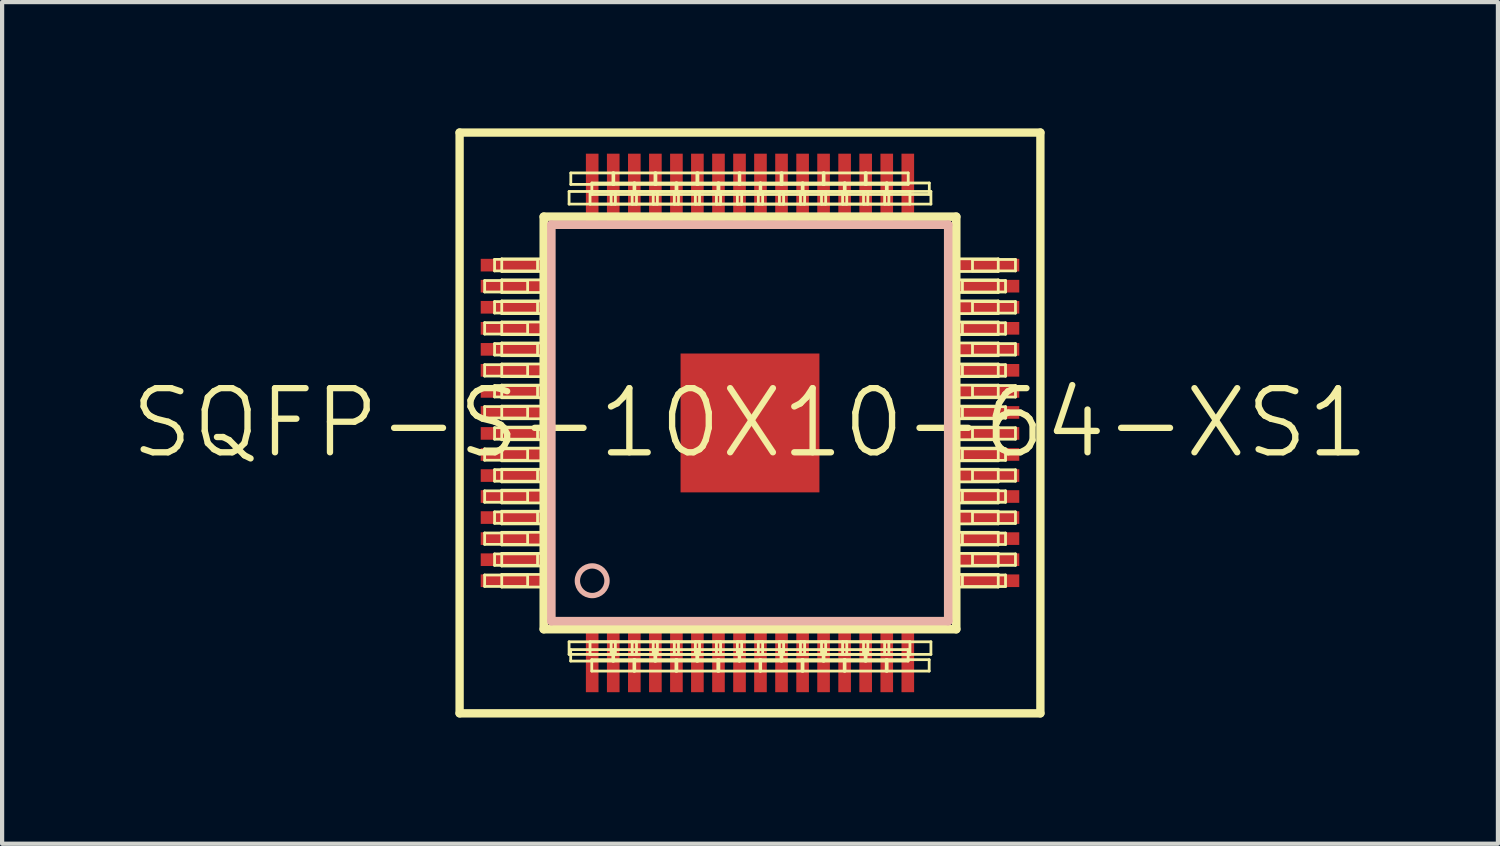
<source format=kicad_pcb>
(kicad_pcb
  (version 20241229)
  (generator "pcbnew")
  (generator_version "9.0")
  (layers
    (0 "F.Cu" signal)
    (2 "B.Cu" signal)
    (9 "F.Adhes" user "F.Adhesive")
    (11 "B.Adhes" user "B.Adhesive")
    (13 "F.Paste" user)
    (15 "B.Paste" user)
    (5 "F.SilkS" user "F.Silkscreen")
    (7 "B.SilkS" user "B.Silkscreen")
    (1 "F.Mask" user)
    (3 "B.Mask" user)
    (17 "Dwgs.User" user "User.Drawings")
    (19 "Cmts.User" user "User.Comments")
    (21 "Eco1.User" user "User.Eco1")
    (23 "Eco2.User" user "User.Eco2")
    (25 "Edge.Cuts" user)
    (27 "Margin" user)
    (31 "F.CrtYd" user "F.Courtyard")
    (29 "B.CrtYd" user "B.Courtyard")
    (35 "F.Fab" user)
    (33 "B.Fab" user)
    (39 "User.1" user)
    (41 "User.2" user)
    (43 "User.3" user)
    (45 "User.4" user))
  (footprint "SQFP-S-10X10-64-XS1"
    (layer "F.Cu")
    (at 14.768 6.998)
    (property "Reference" "SQFP-S-10X10-64-XS1" (at 0 0 0) (layer "F.SilkS") (effects (font (size 1.524 1.524) (thickness 0.15))))
    (attr smd)
    (fp_line (start -6.899 -6.899) (end 6.899 -6.899) (stroke (width 0.198) (type solid)) (layer "F.SilkS"))
    (fp_line (start -6.899 6.899) (end -6.899 -6.899) (stroke (width 0.198) (type solid)) (layer "F.SilkS"))
    (fp_line (start -6.304 -3.383) (end -5.283 -3.383) (stroke (width 0.066) (type solid)) (layer "F.SilkS"))
    (fp_line (start -6.304 -3.111) (end -6.304 -3.383) (stroke (width 0.066) (type solid)) (layer "F.SilkS"))
    (fp_line (start -6.304 -3.111) (end -5.283 -3.111) (stroke (width 0.066) (type solid)) (layer "F.SilkS"))
    (fp_line (start -6.304 -2.383) (end -5.283 -2.383) (stroke (width 0.066) (type solid)) (layer "F.SilkS"))
    (fp_line (start -6.304 -2.111) (end -6.304 -2.383) (stroke (width 0.066) (type solid)) (layer "F.SilkS"))
    (fp_line (start -6.304 -2.111) (end -5.283 -2.111) (stroke (width 0.066) (type solid)) (layer "F.SilkS"))
    (fp_line (start -6.304 -1.384) (end -5.283 -1.384) (stroke (width 0.066) (type solid)) (layer "F.SilkS"))
    (fp_line (start -6.304 -1.113) (end -6.304 -1.384) (stroke (width 0.066) (type solid)) (layer "F.SilkS"))
    (fp_line (start -6.304 -1.113) (end -5.283 -1.113) (stroke (width 0.066) (type solid)) (layer "F.SilkS"))
    (fp_line (start -6.304 -0.389) (end -5.283 -0.389) (stroke (width 0.066) (type solid)) (layer "F.SilkS"))
    (fp_line (start -6.304 -0.117) (end -6.304 -0.389) (stroke (width 0.066) (type solid)) (layer "F.SilkS"))
    (fp_line (start -6.304 -0.117) (end -5.283 -0.117) (stroke (width 0.066) (type solid)) (layer "F.SilkS"))
    (fp_line (start -6.304 0.615) (end -5.283 0.615) (stroke (width 0.066) (type solid)) (layer "F.SilkS"))
    (fp_line (start -6.304 0.886) (end -6.304 0.615) (stroke (width 0.066) (type solid)) (layer "F.SilkS"))
    (fp_line (start -6.304 0.886) (end -5.283 0.886) (stroke (width 0.066) (type solid)) (layer "F.SilkS"))
    (fp_line (start -6.304 1.613) (end -5.283 1.613) (stroke (width 0.066) (type solid)) (layer "F.SilkS"))
    (fp_line (start -6.304 1.885) (end -6.304 1.613) (stroke (width 0.066) (type solid)) (layer "F.SilkS"))
    (fp_line (start -6.304 1.885) (end -5.283 1.885) (stroke (width 0.066) (type solid)) (layer "F.SilkS"))
    (fp_line (start -6.304 2.614) (end -5.283 2.614) (stroke (width 0.066) (type solid)) (layer "F.SilkS"))
    (fp_line (start -6.304 2.885) (end -6.304 2.614) (stroke (width 0.066) (type solid)) (layer "F.SilkS"))
    (fp_line (start -6.304 2.885) (end -5.283 2.885) (stroke (width 0.066) (type solid)) (layer "F.SilkS"))
    (fp_line (start -6.304 3.612) (end -5.283 3.612) (stroke (width 0.066) (type solid)) (layer "F.SilkS"))
    (fp_line (start -6.304 3.884) (end -6.304 3.612) (stroke (width 0.066) (type solid)) (layer "F.SilkS"))
    (fp_line (start -6.304 3.884) (end -5.283 3.884) (stroke (width 0.066) (type solid)) (layer "F.SilkS"))
    (fp_line (start -6.068 -3.886) (end -5.047 -3.886) (stroke (width 0.066) (type solid)) (layer "F.SilkS"))
    (fp_line (start -6.068 -3.612) (end -6.068 -3.886) (stroke (width 0.066) (type solid)) (layer "F.SilkS"))
    (fp_line (start -6.068 -3.612) (end -5.047 -3.612) (stroke (width 0.066) (type solid)) (layer "F.SilkS"))
    (fp_line (start -6.068 -2.883) (end -5.047 -2.883) (stroke (width 0.066) (type solid)) (layer "F.SilkS"))
    (fp_line (start -6.068 -2.611) (end -6.068 -2.883) (stroke (width 0.066) (type solid)) (layer "F.SilkS"))
    (fp_line (start -6.068 -2.611) (end -5.047 -2.611) (stroke (width 0.066) (type solid)) (layer "F.SilkS"))
    (fp_line (start -6.068 -1.885) (end -5.047 -1.885) (stroke (width 0.066) (type solid)) (layer "F.SilkS"))
    (fp_line (start -6.068 -1.613) (end -6.068 -1.885) (stroke (width 0.066) (type solid)) (layer "F.SilkS"))
    (fp_line (start -6.068 -1.613) (end -5.047 -1.613) (stroke (width 0.066) (type solid)) (layer "F.SilkS"))
    (fp_line (start -6.068 -0.889) (end -5.047 -0.889) (stroke (width 0.066) (type solid)) (layer "F.SilkS"))
    (fp_line (start -6.068 -0.617) (end -6.068 -0.889) (stroke (width 0.066) (type solid)) (layer "F.SilkS"))
    (fp_line (start -6.068 -0.617) (end -5.047 -0.617) (stroke (width 0.066) (type solid)) (layer "F.SilkS"))
    (fp_line (start -6.068 0.114) (end -5.047 0.114) (stroke (width 0.066) (type solid)) (layer "F.SilkS"))
    (fp_line (start -6.068 0.386) (end -6.068 0.114) (stroke (width 0.066) (type solid)) (layer "F.SilkS"))
    (fp_line (start -6.068 0.386) (end -5.047 0.386) (stroke (width 0.066) (type solid)) (layer "F.SilkS"))
    (fp_line (start -6.068 1.11) (end -5.047 1.11) (stroke (width 0.066) (type solid)) (layer "F.SilkS"))
    (fp_line (start -6.068 1.384) (end -6.068 1.11) (stroke (width 0.066) (type solid)) (layer "F.SilkS"))
    (fp_line (start -6.068 1.384) (end -5.047 1.384) (stroke (width 0.066) (type solid)) (layer "F.SilkS"))
    (fp_line (start -6.068 2.113) (end -5.047 2.113) (stroke (width 0.066) (type solid)) (layer "F.SilkS"))
    (fp_line (start -6.068 2.385) (end -6.068 2.113) (stroke (width 0.066) (type solid)) (layer "F.SilkS"))
    (fp_line (start -6.068 2.385) (end -5.047 2.385) (stroke (width 0.066) (type solid)) (layer "F.SilkS"))
    (fp_line (start -6.068 3.111) (end -5.047 3.111) (stroke (width 0.066) (type solid)) (layer "F.SilkS"))
    (fp_line (start -6.068 3.383) (end -6.068 3.111) (stroke (width 0.066) (type solid)) (layer "F.SilkS"))
    (fp_line (start -6.068 3.383) (end -5.047 3.383) (stroke (width 0.066) (type solid)) (layer "F.SilkS"))
    (fp_line (start -5.898 -3.899) (end -4.798 -3.899) (stroke (width 0.066) (type solid)) (layer "F.SilkS"))
    (fp_line (start -5.898 -3.599) (end -5.898 -3.899) (stroke (width 0.066) (type solid)) (layer "F.SilkS"))
    (fp_line (start -5.898 -3.599) (end -4.798 -3.599) (stroke (width 0.066) (type solid)) (layer "F.SilkS"))
    (fp_line (start -5.898 -3.399) (end -4.798 -3.399) (stroke (width 0.066) (type solid)) (layer "F.SilkS"))
    (fp_line (start -5.898 -3.099) (end -5.898 -3.399) (stroke (width 0.066) (type solid)) (layer "F.SilkS"))
    (fp_line (start -5.898 -3.099) (end -4.798 -3.099) (stroke (width 0.066) (type solid)) (layer "F.SilkS"))
    (fp_line (start -5.898 -2.898) (end -4.798 -2.898) (stroke (width 0.066) (type solid)) (layer "F.SilkS"))
    (fp_line (start -5.898 -2.598) (end -5.898 -2.898) (stroke (width 0.066) (type solid)) (layer "F.SilkS"))
    (fp_line (start -5.898 -2.598) (end -4.798 -2.598) (stroke (width 0.066) (type solid)) (layer "F.SilkS"))
    (fp_line (start -5.898 -2.398) (end -4.798 -2.398) (stroke (width 0.066) (type solid)) (layer "F.SilkS"))
    (fp_line (start -5.898 -2.098) (end -5.898 -2.398) (stroke (width 0.066) (type solid)) (layer "F.SilkS"))
    (fp_line (start -5.898 -2.098) (end -4.798 -2.098) (stroke (width 0.066) (type solid)) (layer "F.SilkS"))
    (fp_line (start -5.898 -1.9) (end -4.798 -1.9) (stroke (width 0.066) (type solid)) (layer "F.SilkS"))
    (fp_line (start -5.898 -1.598) (end -5.898 -1.9) (stroke (width 0.066) (type solid)) (layer "F.SilkS"))
    (fp_line (start -5.898 -1.598) (end -4.798 -1.598) (stroke (width 0.066) (type solid)) (layer "F.SilkS"))
    (fp_line (start -5.898 -1.4) (end -4.798 -1.4) (stroke (width 0.066) (type solid)) (layer "F.SilkS"))
    (fp_line (start -5.898 -1.1) (end -5.898 -1.4) (stroke (width 0.066) (type solid)) (layer "F.SilkS"))
    (fp_line (start -5.898 -1.1) (end -4.798 -1.1) (stroke (width 0.066) (type solid)) (layer "F.SilkS"))
    (fp_line (start -5.898 -0.899) (end -4.798 -0.899) (stroke (width 0.066) (type solid)) (layer "F.SilkS"))
    (fp_line (start -5.898 -0.599) (end -5.898 -0.899) (stroke (width 0.066) (type solid)) (layer "F.SilkS"))
    (fp_line (start -5.898 -0.599) (end -4.798 -0.599) (stroke (width 0.066) (type solid)) (layer "F.SilkS"))
    (fp_line (start -5.898 -0.399) (end -4.798 -0.399) (stroke (width 0.066) (type solid)) (layer "F.SilkS"))
    (fp_line (start -5.898 -0.099) (end -5.898 -0.399) (stroke (width 0.066) (type solid)) (layer "F.SilkS"))
    (fp_line (start -5.898 -0.099) (end -4.798 -0.099) (stroke (width 0.066) (type solid)) (layer "F.SilkS"))
    (fp_line (start -5.898 0.099) (end -4.798 0.099) (stroke (width 0.066) (type solid)) (layer "F.SilkS"))
    (fp_line (start -5.898 0.399) (end -5.898 0.099) (stroke (width 0.066) (type solid)) (layer "F.SilkS"))
    (fp_line (start -5.898 0.399) (end -4.798 0.399) (stroke (width 0.066) (type solid)) (layer "F.SilkS"))
    (fp_line (start -5.898 0.599) (end -4.798 0.599) (stroke (width 0.066) (type solid)) (layer "F.SilkS"))
    (fp_line (start -5.898 0.899) (end -5.898 0.599) (stroke (width 0.066) (type solid)) (layer "F.SilkS"))
    (fp_line (start -5.898 0.899) (end -4.798 0.899) (stroke (width 0.066) (type solid)) (layer "F.SilkS"))
    (fp_line (start -5.898 1.1) (end -4.798 1.1) (stroke (width 0.066) (type solid)) (layer "F.SilkS"))
    (fp_line (start -5.898 1.4) (end -5.898 1.1) (stroke (width 0.066) (type solid)) (layer "F.SilkS"))
    (fp_line (start -5.898 1.4) (end -4.798 1.4) (stroke (width 0.066) (type solid)) (layer "F.SilkS"))
    (fp_line (start -5.898 1.598) (end -4.798 1.598) (stroke (width 0.066) (type solid)) (layer "F.SilkS"))
    (fp_line (start -5.898 1.9) (end -5.898 1.598) (stroke (width 0.066) (type solid)) (layer "F.SilkS"))
    (fp_line (start -5.898 1.9) (end -4.798 1.9) (stroke (width 0.066) (type solid)) (layer "F.SilkS"))
    (fp_line (start -5.898 2.098) (end -4.798 2.098) (stroke (width 0.066) (type solid)) (layer "F.SilkS"))
    (fp_line (start -5.898 2.398) (end -5.898 2.098) (stroke (width 0.066) (type solid)) (layer "F.SilkS"))
    (fp_line (start -5.898 2.398) (end -4.798 2.398) (stroke (width 0.066) (type solid)) (layer "F.SilkS"))
    (fp_line (start -5.898 2.598) (end -4.798 2.598) (stroke (width 0.066) (type solid)) (layer "F.SilkS"))
    (fp_line (start -5.898 2.898) (end -5.898 2.598) (stroke (width 0.066) (type solid)) (layer "F.SilkS"))
    (fp_line (start -5.898 2.898) (end -4.798 2.898) (stroke (width 0.066) (type solid)) (layer "F.SilkS"))
    (fp_line (start -5.898 3.099) (end -4.798 3.099) (stroke (width 0.066) (type solid)) (layer "F.SilkS"))
    (fp_line (start -5.898 3.399) (end -5.898 3.099) (stroke (width 0.066) (type solid)) (layer "F.SilkS"))
    (fp_line (start -5.898 3.399) (end -4.798 3.399) (stroke (width 0.066) (type solid)) (layer "F.SilkS"))
    (fp_line (start -5.898 3.599) (end -4.798 3.599) (stroke (width 0.066) (type solid)) (layer "F.SilkS"))
    (fp_line (start -5.898 3.899) (end -5.898 3.599) (stroke (width 0.066) (type solid)) (layer "F.SilkS"))
    (fp_line (start -5.898 3.899) (end -4.798 3.899) (stroke (width 0.066) (type solid)) (layer "F.SilkS"))
    (fp_line (start -5.283 -3.111) (end -5.283 -3.383) (stroke (width 0.066) (type solid)) (layer "F.SilkS"))
    (fp_line (start -5.283 -2.111) (end -5.283 -2.383) (stroke (width 0.066) (type solid)) (layer "F.SilkS"))
    (fp_line (start -5.283 -1.113) (end -5.283 -1.384) (stroke (width 0.066) (type solid)) (layer "F.SilkS"))
    (fp_line (start -5.283 -0.117) (end -5.283 -0.389) (stroke (width 0.066) (type solid)) (layer "F.SilkS"))
    (fp_line (start -5.283 0.886) (end -5.283 0.615) (stroke (width 0.066) (type solid)) (layer "F.SilkS"))
    (fp_line (start -5.283 1.885) (end -5.283 1.613) (stroke (width 0.066) (type solid)) (layer "F.SilkS"))
    (fp_line (start -5.283 2.885) (end -5.283 2.614) (stroke (width 0.066) (type solid)) (layer "F.SilkS"))
    (fp_line (start -5.283 3.884) (end -5.283 3.612) (stroke (width 0.066) (type solid)) (layer "F.SilkS"))
    (fp_line (start -5.047 -3.612) (end -5.047 -3.886) (stroke (width 0.066) (type solid)) (layer "F.SilkS"))
    (fp_line (start -5.047 -2.611) (end -5.047 -2.883) (stroke (width 0.066) (type solid)) (layer "F.SilkS"))
    (fp_line (start -5.047 -1.613) (end -5.047 -1.885) (stroke (width 0.066) (type solid)) (layer "F.SilkS"))
    (fp_line (start -5.047 -0.617) (end -5.047 -0.889) (stroke (width 0.066) (type solid)) (layer "F.SilkS"))
    (fp_line (start -5.047 0.386) (end -5.047 0.114) (stroke (width 0.066) (type solid)) (layer "F.SilkS"))
    (fp_line (start -5.047 1.384) (end -5.047 1.11) (stroke (width 0.066) (type solid)) (layer "F.SilkS"))
    (fp_line (start -5.047 2.385) (end -5.047 2.113) (stroke (width 0.066) (type solid)) (layer "F.SilkS"))
    (fp_line (start -5.047 3.383) (end -5.047 3.111) (stroke (width 0.066) (type solid)) (layer "F.SilkS"))
    (fp_line (start -4.9 -4.9) (end -4.9 4.9) (stroke (width 0.203) (type solid)) (layer "F.SilkS"))
    (fp_line (start -4.9 -4.798) (end -4.9 -4.9) (stroke (width 0.127) (type solid)) (layer "F.SilkS"))
    (fp_line (start -4.9 4.9) (end 4.9 4.9) (stroke (width 0.203) (type solid)) (layer "F.SilkS"))
    (fp_line (start -4.798 -3.599) (end -4.798 -3.899) (stroke (width 0.066) (type solid)) (layer "F.SilkS"))
    (fp_line (start -4.798 -3.099) (end -4.798 -3.399) (stroke (width 0.066) (type solid)) (layer "F.SilkS"))
    (fp_line (start -4.798 -2.598) (end -4.798 -2.898) (stroke (width 0.066) (type solid)) (layer "F.SilkS"))
    (fp_line (start -4.798 -2.098) (end -4.798 -2.398) (stroke (width 0.066) (type solid)) (layer "F.SilkS"))
    (fp_line (start -4.798 -1.598) (end -4.798 -1.9) (stroke (width 0.066) (type solid)) (layer "F.SilkS"))
    (fp_line (start -4.798 -1.1) (end -4.798 -1.4) (stroke (width 0.066) (type solid)) (layer "F.SilkS"))
    (fp_line (start -4.798 -0.599) (end -4.798 -0.899) (stroke (width 0.066) (type solid)) (layer "F.SilkS"))
    (fp_line (start -4.798 -0.099) (end -4.798 -0.399) (stroke (width 0.066) (type solid)) (layer "F.SilkS"))
    (fp_line (start -4.798 0.399) (end -4.798 0.099) (stroke (width 0.066) (type solid)) (layer "F.SilkS"))
    (fp_line (start -4.798 0.899) (end -4.798 0.599) (stroke (width 0.066) (type solid)) (layer "F.SilkS"))
    (fp_line (start -4.798 1.4) (end -4.798 1.1) (stroke (width 0.066) (type solid)) (layer "F.SilkS"))
    (fp_line (start -4.798 1.9) (end -4.798 1.598) (stroke (width 0.066) (type solid)) (layer "F.SilkS"))
    (fp_line (start -4.798 2.398) (end -4.798 2.098) (stroke (width 0.066) (type solid)) (layer "F.SilkS"))
    (fp_line (start -4.798 2.898) (end -4.798 2.598) (stroke (width 0.066) (type solid)) (layer "F.SilkS"))
    (fp_line (start -4.798 3.399) (end -4.798 3.099) (stroke (width 0.066) (type solid)) (layer "F.SilkS"))
    (fp_line (start -4.798 3.899) (end -4.798 3.599) (stroke (width 0.066) (type solid)) (layer "F.SilkS"))
    (fp_line (start -4.298 -5.499) (end -3.198 -5.499) (stroke (width 0.066) (type solid)) (layer "F.SilkS"))
    (fp_line (start -4.298 -5.199) (end -4.298 -5.499) (stroke (width 0.066) (type solid)) (layer "F.SilkS"))
    (fp_line (start -4.298 -5.199) (end -3.198 -5.199) (stroke (width 0.066) (type solid)) (layer "F.SilkS"))
    (fp_line (start -4.298 5.199) (end -3.198 5.199) (stroke (width 0.066) (type solid)) (layer "F.SilkS"))
    (fp_line (start -4.298 5.499) (end -4.298 5.199) (stroke (width 0.066) (type solid)) (layer "F.SilkS"))
    (fp_line (start -4.298 5.499) (end -3.198 5.499) (stroke (width 0.066) (type solid)) (layer "F.SilkS"))
    (fp_line (start -4.26 5.385) (end -3.239 5.385) (stroke (width 0.066) (type solid)) (layer "F.SilkS"))
    (fp_line (start -4.26 5.657) (end -4.26 5.385) (stroke (width 0.066) (type solid)) (layer "F.SilkS"))
    (fp_line (start -4.26 5.657) (end -3.239 5.657) (stroke (width 0.066) (type solid)) (layer "F.SilkS"))
    (fp_line (start -4.257 -5.939) (end -3.236 -5.939) (stroke (width 0.066) (type solid)) (layer "F.SilkS"))
    (fp_line (start -4.257 -5.667) (end -4.257 -5.939) (stroke (width 0.066) (type solid)) (layer "F.SilkS"))
    (fp_line (start -4.257 -5.667) (end -3.236 -5.667) (stroke (width 0.066) (type solid)) (layer "F.SilkS"))
    (fp_line (start -3.8 -5.499) (end -2.697 -5.499) (stroke (width 0.066) (type solid)) (layer "F.SilkS"))
    (fp_line (start -3.8 -5.199) (end -3.8 -5.499) (stroke (width 0.066) (type solid)) (layer "F.SilkS"))
    (fp_line (start -3.8 -5.199) (end -2.697 -5.199) (stroke (width 0.066) (type solid)) (layer "F.SilkS"))
    (fp_line (start -3.8 5.199) (end -2.697 5.199) (stroke (width 0.066) (type solid)) (layer "F.SilkS"))
    (fp_line (start -3.8 5.499) (end -3.8 5.199) (stroke (width 0.066) (type solid)) (layer "F.SilkS"))
    (fp_line (start -3.8 5.499) (end -2.697 5.499) (stroke (width 0.066) (type solid)) (layer "F.SilkS"))
    (fp_line (start -3.759 5.624) (end -2.738 5.624) (stroke (width 0.066) (type solid)) (layer "F.SilkS"))
    (fp_line (start -3.759 5.895) (end -3.759 5.624) (stroke (width 0.066) (type solid)) (layer "F.SilkS"))
    (fp_line (start -3.759 5.895) (end -2.738 5.895) (stroke (width 0.066) (type solid)) (layer "F.SilkS"))
    (fp_line (start -3.757 -5.7) (end -2.736 -5.7) (stroke (width 0.066) (type solid)) (layer "F.SilkS"))
    (fp_line (start -3.757 -5.428) (end -3.757 -5.7) (stroke (width 0.066) (type solid)) (layer "F.SilkS"))
    (fp_line (start -3.757 -5.428) (end -2.736 -5.428) (stroke (width 0.066) (type solid)) (layer "F.SilkS"))
    (fp_line (start -3.299 -5.499) (end -2.2 -5.499) (stroke (width 0.066) (type solid)) (layer "F.SilkS"))
    (fp_line (start -3.299 -5.199) (end -3.299 -5.499) (stroke (width 0.066) (type solid)) (layer "F.SilkS"))
    (fp_line (start -3.299 -5.199) (end -2.2 -5.199) (stroke (width 0.066) (type solid)) (layer "F.SilkS"))
    (fp_line (start -3.299 5.199) (end -2.2 5.199) (stroke (width 0.066) (type solid)) (layer "F.SilkS"))
    (fp_line (start -3.299 5.499) (end -3.299 5.199) (stroke (width 0.066) (type solid)) (layer "F.SilkS"))
    (fp_line (start -3.299 5.499) (end -2.2 5.499) (stroke (width 0.066) (type solid)) (layer "F.SilkS"))
    (fp_line (start -3.259 5.385) (end -2.238 5.385) (stroke (width 0.066) (type solid)) (layer "F.SilkS"))
    (fp_line (start -3.259 5.657) (end -3.259 5.385) (stroke (width 0.066) (type solid)) (layer "F.SilkS"))
    (fp_line (start -3.259 5.657) (end -2.238 5.657) (stroke (width 0.066) (type solid)) (layer "F.SilkS"))
    (fp_line (start -3.256 -5.939) (end -2.235 -5.939) (stroke (width 0.066) (type solid)) (layer "F.SilkS"))
    (fp_line (start -3.256 -5.667) (end -3.256 -5.939) (stroke (width 0.066) (type solid)) (layer "F.SilkS"))
    (fp_line (start -3.256 -5.667) (end -2.235 -5.667) (stroke (width 0.066) (type solid)) (layer "F.SilkS"))
    (fp_line (start -3.239 5.657) (end -3.239 5.385) (stroke (width 0.066) (type solid)) (layer "F.SilkS"))
    (fp_line (start -3.236 -5.667) (end -3.236 -5.939) (stroke (width 0.066) (type solid)) (layer "F.SilkS"))
    (fp_line (start -3.198 -5.199) (end -3.198 -5.499) (stroke (width 0.066) (type solid)) (layer "F.SilkS"))
    (fp_line (start -3.198 5.499) (end -3.198 5.199) (stroke (width 0.066) (type solid)) (layer "F.SilkS"))
    (fp_line (start -2.799 -5.499) (end -1.699 -5.499) (stroke (width 0.066) (type solid)) (layer "F.SilkS"))
    (fp_line (start -2.799 -5.199) (end -2.799 -5.499) (stroke (width 0.066) (type solid)) (layer "F.SilkS"))
    (fp_line (start -2.799 -5.199) (end -1.699 -5.199) (stroke (width 0.066) (type solid)) (layer "F.SilkS"))
    (fp_line (start -2.799 5.199) (end -1.699 5.199) (stroke (width 0.066) (type solid)) (layer "F.SilkS"))
    (fp_line (start -2.799 5.499) (end -2.799 5.199) (stroke (width 0.066) (type solid)) (layer "F.SilkS"))
    (fp_line (start -2.799 5.499) (end -1.699 5.499) (stroke (width 0.066) (type solid)) (layer "F.SilkS"))
    (fp_line (start -2.758 5.624) (end -1.737 5.624) (stroke (width 0.066) (type solid)) (layer "F.SilkS"))
    (fp_line (start -2.758 5.895) (end -2.758 5.624) (stroke (width 0.066) (type solid)) (layer "F.SilkS"))
    (fp_line (start -2.758 5.895) (end -1.737 5.895) (stroke (width 0.066) (type solid)) (layer "F.SilkS"))
    (fp_line (start -2.756 -5.7) (end -1.735 -5.7) (stroke (width 0.066) (type solid)) (layer "F.SilkS"))
    (fp_line (start -2.756 -5.428) (end -2.756 -5.7) (stroke (width 0.066) (type solid)) (layer "F.SilkS"))
    (fp_line (start -2.756 -5.428) (end -1.735 -5.428) (stroke (width 0.066) (type solid)) (layer "F.SilkS"))
    (fp_line (start -2.738 5.895) (end -2.738 5.624) (stroke (width 0.066) (type solid)) (layer "F.SilkS"))
    (fp_line (start -2.736 -5.428) (end -2.736 -5.7) (stroke (width 0.066) (type solid)) (layer "F.SilkS"))
    (fp_line (start -2.697 -5.199) (end -2.697 -5.499) (stroke (width 0.066) (type solid)) (layer "F.SilkS"))
    (fp_line (start -2.697 5.499) (end -2.697 5.199) (stroke (width 0.066) (type solid)) (layer "F.SilkS"))
    (fp_line (start -2.299 -5.499) (end -1.199 -5.499) (stroke (width 0.066) (type solid)) (layer "F.SilkS"))
    (fp_line (start -2.299 -5.199) (end -2.299 -5.499) (stroke (width 0.066) (type solid)) (layer "F.SilkS"))
    (fp_line (start -2.299 -5.199) (end -1.199 -5.199) (stroke (width 0.066) (type solid)) (layer "F.SilkS"))
    (fp_line (start -2.299 5.199) (end -1.199 5.199) (stroke (width 0.066) (type solid)) (layer "F.SilkS"))
    (fp_line (start -2.299 5.499) (end -2.299 5.199) (stroke (width 0.066) (type solid)) (layer "F.SilkS"))
    (fp_line (start -2.299 5.499) (end -1.199 5.499) (stroke (width 0.066) (type solid)) (layer "F.SilkS"))
    (fp_line (start -2.261 5.385) (end -1.24 5.385) (stroke (width 0.066) (type solid)) (layer "F.SilkS"))
    (fp_line (start -2.261 5.657) (end -2.261 5.385) (stroke (width 0.066) (type solid)) (layer "F.SilkS"))
    (fp_line (start -2.261 5.657) (end -1.24 5.657) (stroke (width 0.066) (type solid)) (layer "F.SilkS"))
    (fp_line (start -2.258 -5.939) (end -1.237 -5.939) (stroke (width 0.066) (type solid)) (layer "F.SilkS"))
    (fp_line (start -2.258 -5.667) (end -2.258 -5.939) (stroke (width 0.066) (type solid)) (layer "F.SilkS"))
    (fp_line (start -2.258 -5.667) (end -1.237 -5.667) (stroke (width 0.066) (type solid)) (layer "F.SilkS"))
    (fp_line (start -2.238 5.657) (end -2.238 5.385) (stroke (width 0.066) (type solid)) (layer "F.SilkS"))
    (fp_line (start -2.235 -5.667) (end -2.235 -5.939) (stroke (width 0.066) (type solid)) (layer "F.SilkS"))
    (fp_line (start -2.2 -5.199) (end -2.2 -5.499) (stroke (width 0.066) (type solid)) (layer "F.SilkS"))
    (fp_line (start -2.2 5.499) (end -2.2 5.199) (stroke (width 0.066) (type solid)) (layer "F.SilkS"))
    (fp_line (start -1.798 -5.499) (end -0.699 -5.499) (stroke (width 0.066) (type solid)) (layer "F.SilkS"))
    (fp_line (start -1.798 -5.199) (end -1.798 -5.499) (stroke (width 0.066) (type solid)) (layer "F.SilkS"))
    (fp_line (start -1.798 -5.199) (end -0.699 -5.199) (stroke (width 0.066) (type solid)) (layer "F.SilkS"))
    (fp_line (start -1.798 5.199) (end -0.699 5.199) (stroke (width 0.066) (type solid)) (layer "F.SilkS"))
    (fp_line (start -1.798 5.499) (end -1.798 5.199) (stroke (width 0.066) (type solid)) (layer "F.SilkS"))
    (fp_line (start -1.798 5.499) (end -0.699 5.499) (stroke (width 0.066) (type solid)) (layer "F.SilkS"))
    (fp_line (start -1.76 5.624) (end -0.739 5.624) (stroke (width 0.066) (type solid)) (layer "F.SilkS"))
    (fp_line (start -1.76 5.895) (end -1.76 5.624) (stroke (width 0.066) (type solid)) (layer "F.SilkS"))
    (fp_line (start -1.76 5.895) (end -0.739 5.895) (stroke (width 0.066) (type solid)) (layer "F.SilkS"))
    (fp_line (start -1.758 -5.7) (end -0.737 -5.7) (stroke (width 0.066) (type solid)) (layer "F.SilkS"))
    (fp_line (start -1.758 -5.428) (end -1.758 -5.7) (stroke (width 0.066) (type solid)) (layer "F.SilkS"))
    (fp_line (start -1.758 -5.428) (end -0.737 -5.428) (stroke (width 0.066) (type solid)) (layer "F.SilkS"))
    (fp_line (start -1.737 5.895) (end -1.737 5.624) (stroke (width 0.066) (type solid)) (layer "F.SilkS"))
    (fp_line (start -1.735 -5.428) (end -1.735 -5.7) (stroke (width 0.066) (type solid)) (layer "F.SilkS"))
    (fp_line (start -1.699 -5.199) (end -1.699 -5.499) (stroke (width 0.066) (type solid)) (layer "F.SilkS"))
    (fp_line (start -1.699 5.499) (end -1.699 5.199) (stroke (width 0.066) (type solid)) (layer "F.SilkS"))
    (fp_line (start -1.298 -5.499) (end -0.198 -5.499) (stroke (width 0.066) (type solid)) (layer "F.SilkS"))
    (fp_line (start -1.298 -5.199) (end -1.298 -5.499) (stroke (width 0.066) (type solid)) (layer "F.SilkS"))
    (fp_line (start -1.298 -5.199) (end -0.198 -5.199) (stroke (width 0.066) (type solid)) (layer "F.SilkS"))
    (fp_line (start -1.298 5.199) (end -0.198 5.199) (stroke (width 0.066) (type solid)) (layer "F.SilkS"))
    (fp_line (start -1.298 5.499) (end -1.298 5.199) (stroke (width 0.066) (type solid)) (layer "F.SilkS"))
    (fp_line (start -1.298 5.499) (end -0.198 5.499) (stroke (width 0.066) (type solid)) (layer "F.SilkS"))
    (fp_line (start -1.265 5.385) (end -0.244 5.385) (stroke (width 0.066) (type solid)) (layer "F.SilkS"))
    (fp_line (start -1.265 5.657) (end -1.265 5.385) (stroke (width 0.066) (type solid)) (layer "F.SilkS"))
    (fp_line (start -1.265 5.657) (end -0.244 5.657) (stroke (width 0.066) (type solid)) (layer "F.SilkS"))
    (fp_line (start -1.262 -5.939) (end -0.241 -5.939) (stroke (width 0.066) (type solid)) (layer "F.SilkS"))
    (fp_line (start -1.262 -5.667) (end -1.262 -5.939) (stroke (width 0.066) (type solid)) (layer "F.SilkS"))
    (fp_line (start -1.262 -5.667) (end -0.241 -5.667) (stroke (width 0.066) (type solid)) (layer "F.SilkS"))
    (fp_line (start -1.24 5.657) (end -1.24 5.385) (stroke (width 0.066) (type solid)) (layer "F.SilkS"))
    (fp_line (start -1.237 -5.667) (end -1.237 -5.939) (stroke (width 0.066) (type solid)) (layer "F.SilkS"))
    (fp_line (start -1.199 -5.199) (end -1.199 -5.499) (stroke (width 0.066) (type solid)) (layer "F.SilkS"))
    (fp_line (start -1.199 5.499) (end -1.199 5.199) (stroke (width 0.066) (type solid)) (layer "F.SilkS"))
    (fp_line (start -0.798 -5.499) (end 0.3 -5.499) (stroke (width 0.066) (type solid)) (layer "F.SilkS"))
    (fp_line (start -0.798 -5.199) (end -0.798 -5.499) (stroke (width 0.066) (type solid)) (layer "F.SilkS"))
    (fp_line (start -0.798 -5.199) (end 0.3 -5.199) (stroke (width 0.066) (type solid)) (layer "F.SilkS"))
    (fp_line (start -0.798 5.199) (end 0.3 5.199) (stroke (width 0.066) (type solid)) (layer "F.SilkS"))
    (fp_line (start -0.798 5.499) (end -0.798 5.199) (stroke (width 0.066) (type solid)) (layer "F.SilkS"))
    (fp_line (start -0.798 5.499) (end 0.3 5.499) (stroke (width 0.066) (type solid)) (layer "F.SilkS"))
    (fp_line (start -0.765 5.624) (end 0.254 5.624) (stroke (width 0.066) (type solid)) (layer "F.SilkS"))
    (fp_line (start -0.765 5.895) (end -0.765 5.624) (stroke (width 0.066) (type solid)) (layer "F.SilkS"))
    (fp_line (start -0.765 5.895) (end 0.254 5.895) (stroke (width 0.066) (type solid)) (layer "F.SilkS"))
    (fp_line (start -0.762 -5.7) (end 0.257 -5.7) (stroke (width 0.066) (type solid)) (layer "F.SilkS"))
    (fp_line (start -0.762 -5.428) (end -0.762 -5.7) (stroke (width 0.066) (type solid)) (layer "F.SilkS"))
    (fp_line (start -0.762 -5.428) (end 0.257 -5.428) (stroke (width 0.066) (type solid)) (layer "F.SilkS"))
    (fp_line (start -0.739 5.895) (end -0.739 5.624) (stroke (width 0.066) (type solid)) (layer "F.SilkS"))
    (fp_line (start -0.737 -5.428) (end -0.737 -5.7) (stroke (width 0.066) (type solid)) (layer "F.SilkS"))
    (fp_line (start -0.699 -5.199) (end -0.699 -5.499) (stroke (width 0.066) (type solid)) (layer "F.SilkS"))
    (fp_line (start -0.699 5.499) (end -0.699 5.199) (stroke (width 0.066) (type solid)) (layer "F.SilkS"))
    (fp_line (start -0.3 -5.499) (end 0.798 -5.499) (stroke (width 0.066) (type solid)) (layer "F.SilkS"))
    (fp_line (start -0.3 -5.199) (end -0.3 -5.499) (stroke (width 0.066) (type solid)) (layer "F.SilkS"))
    (fp_line (start -0.3 -5.199) (end 0.798 -5.199) (stroke (width 0.066) (type solid)) (layer "F.SilkS"))
    (fp_line (start -0.3 5.199) (end 0.798 5.199) (stroke (width 0.066) (type solid)) (layer "F.SilkS"))
    (fp_line (start -0.3 5.499) (end -0.3 5.199) (stroke (width 0.066) (type solid)) (layer "F.SilkS"))
    (fp_line (start -0.3 5.499) (end 0.798 5.499) (stroke (width 0.066) (type solid)) (layer "F.SilkS"))
    (fp_line (start -0.259 5.385) (end 0.759 5.385) (stroke (width 0.066) (type solid)) (layer "F.SilkS"))
    (fp_line (start -0.259 5.657) (end -0.259 5.385) (stroke (width 0.066) (type solid)) (layer "F.SilkS"))
    (fp_line (start -0.259 5.657) (end 0.759 5.657) (stroke (width 0.066) (type solid)) (layer "F.SilkS"))
    (fp_line (start -0.257 -5.939) (end 0.762 -5.939) (stroke (width 0.066) (type solid)) (layer "F.SilkS"))
    (fp_line (start -0.257 -5.667) (end -0.257 -5.939) (stroke (width 0.066) (type solid)) (layer "F.SilkS"))
    (fp_line (start -0.257 -5.667) (end 0.762 -5.667) (stroke (width 0.066) (type solid)) (layer "F.SilkS"))
    (fp_line (start -0.244 5.657) (end -0.244 5.385) (stroke (width 0.066) (type solid)) (layer "F.SilkS"))
    (fp_line (start -0.241 -5.667) (end -0.241 -5.939) (stroke (width 0.066) (type solid)) (layer "F.SilkS"))
    (fp_line (start -0.198 -5.199) (end -0.198 -5.499) (stroke (width 0.066) (type solid)) (layer "F.SilkS"))
    (fp_line (start -0.198 5.499) (end -0.198 5.199) (stroke (width 0.066) (type solid)) (layer "F.SilkS"))
    (fp_line (start 0.198 -5.499) (end 1.298 -5.499) (stroke (width 0.066) (type solid)) (layer "F.SilkS"))
    (fp_line (start 0.198 -5.199) (end 0.198 -5.499) (stroke (width 0.066) (type solid)) (layer "F.SilkS"))
    (fp_line (start 0.198 -5.199) (end 1.298 -5.199) (stroke (width 0.066) (type solid)) (layer "F.SilkS"))
    (fp_line (start 0.198 5.199) (end 1.298 5.199) (stroke (width 0.066) (type solid)) (layer "F.SilkS"))
    (fp_line (start 0.198 5.499) (end 0.198 5.199) (stroke (width 0.066) (type solid)) (layer "F.SilkS"))
    (fp_line (start 0.198 5.499) (end 1.298 5.499) (stroke (width 0.066) (type solid)) (layer "F.SilkS"))
    (fp_line (start 0.239 5.624) (end 1.26 5.624) (stroke (width 0.066) (type solid)) (layer "F.SilkS"))
    (fp_line (start 0.239 5.895) (end 0.239 5.624) (stroke (width 0.066) (type solid)) (layer "F.SilkS"))
    (fp_line (start 0.239 5.895) (end 1.26 5.895) (stroke (width 0.066) (type solid)) (layer "F.SilkS"))
    (fp_line (start 0.241 -5.7) (end 1.262 -5.7) (stroke (width 0.066) (type solid)) (layer "F.SilkS"))
    (fp_line (start 0.241 -5.428) (end 0.241 -5.7) (stroke (width 0.066) (type solid)) (layer "F.SilkS"))
    (fp_line (start 0.241 -5.428) (end 1.262 -5.428) (stroke (width 0.066) (type solid)) (layer "F.SilkS"))
    (fp_line (start 0.254 5.895) (end 0.254 5.624) (stroke (width 0.066) (type solid)) (layer "F.SilkS"))
    (fp_line (start 0.257 -5.428) (end 0.257 -5.7) (stroke (width 0.066) (type solid)) (layer "F.SilkS"))
    (fp_line (start 0.3 -5.199) (end 0.3 -5.499) (stroke (width 0.066) (type solid)) (layer "F.SilkS"))
    (fp_line (start 0.3 5.499) (end 0.3 5.199) (stroke (width 0.066) (type solid)) (layer "F.SilkS"))
    (fp_line (start 0.699 -5.499) (end 1.798 -5.499) (stroke (width 0.066) (type solid)) (layer "F.SilkS"))
    (fp_line (start 0.699 -5.199) (end 0.699 -5.499) (stroke (width 0.066) (type solid)) (layer "F.SilkS"))
    (fp_line (start 0.699 -5.199) (end 1.798 -5.199) (stroke (width 0.066) (type solid)) (layer "F.SilkS"))
    (fp_line (start 0.699 5.199) (end 1.798 5.199) (stroke (width 0.066) (type solid)) (layer "F.SilkS"))
    (fp_line (start 0.699 5.499) (end 0.699 5.199) (stroke (width 0.066) (type solid)) (layer "F.SilkS"))
    (fp_line (start 0.699 5.499) (end 1.798 5.499) (stroke (width 0.066) (type solid)) (layer "F.SilkS"))
    (fp_line (start 0.737 5.385) (end 1.758 5.385) (stroke (width 0.066) (type solid)) (layer "F.SilkS"))
    (fp_line (start 0.737 5.657) (end 0.737 5.385) (stroke (width 0.066) (type solid)) (layer "F.SilkS"))
    (fp_line (start 0.737 5.657) (end 1.758 5.657) (stroke (width 0.066) (type solid)) (layer "F.SilkS"))
    (fp_line (start 0.739 -5.939) (end 1.76 -5.939) (stroke (width 0.066) (type solid)) (layer "F.SilkS"))
    (fp_line (start 0.739 -5.667) (end 0.739 -5.939) (stroke (width 0.066) (type solid)) (layer "F.SilkS"))
    (fp_line (start 0.739 -5.667) (end 1.76 -5.667) (stroke (width 0.066) (type solid)) (layer "F.SilkS"))
    (fp_line (start 0.759 5.657) (end 0.759 5.385) (stroke (width 0.066) (type solid)) (layer "F.SilkS"))
    (fp_line (start 0.762 -5.667) (end 0.762 -5.939) (stroke (width 0.066) (type solid)) (layer "F.SilkS"))
    (fp_line (start 0.798 -5.199) (end 0.798 -5.499) (stroke (width 0.066) (type solid)) (layer "F.SilkS"))
    (fp_line (start 0.798 5.499) (end 0.798 5.199) (stroke (width 0.066) (type solid)) (layer "F.SilkS"))
    (fp_line (start 1.199 -5.499) (end 2.299 -5.499) (stroke (width 0.066) (type solid)) (layer "F.SilkS"))
    (fp_line (start 1.199 -5.199) (end 1.199 -5.499) (stroke (width 0.066) (type solid)) (layer "F.SilkS"))
    (fp_line (start 1.199 -5.199) (end 2.299 -5.199) (stroke (width 0.066) (type solid)) (layer "F.SilkS"))
    (fp_line (start 1.199 5.199) (end 2.299 5.199) (stroke (width 0.066) (type solid)) (layer "F.SilkS"))
    (fp_line (start 1.199 5.499) (end 1.199 5.199) (stroke (width 0.066) (type solid)) (layer "F.SilkS"))
    (fp_line (start 1.199 5.499) (end 2.299 5.499) (stroke (width 0.066) (type solid)) (layer "F.SilkS"))
    (fp_line (start 1.237 5.624) (end 2.258 5.624) (stroke (width 0.066) (type solid)) (layer "F.SilkS"))
    (fp_line (start 1.237 5.895) (end 1.237 5.624) (stroke (width 0.066) (type solid)) (layer "F.SilkS"))
    (fp_line (start 1.237 5.895) (end 2.258 5.895) (stroke (width 0.066) (type solid)) (layer "F.SilkS"))
    (fp_line (start 1.24 -5.7) (end 2.261 -5.7) (stroke (width 0.066) (type solid)) (layer "F.SilkS"))
    (fp_line (start 1.24 -5.428) (end 1.24 -5.7) (stroke (width 0.066) (type solid)) (layer "F.SilkS"))
    (fp_line (start 1.24 -5.428) (end 2.261 -5.428) (stroke (width 0.066) (type solid)) (layer "F.SilkS"))
    (fp_line (start 1.26 5.895) (end 1.26 5.624) (stroke (width 0.066) (type solid)) (layer "F.SilkS"))
    (fp_line (start 1.262 -5.428) (end 1.262 -5.7) (stroke (width 0.066) (type solid)) (layer "F.SilkS"))
    (fp_line (start 1.298 -5.199) (end 1.298 -5.499) (stroke (width 0.066) (type solid)) (layer "F.SilkS"))
    (fp_line (start 1.298 5.499) (end 1.298 5.199) (stroke (width 0.066) (type solid)) (layer "F.SilkS"))
    (fp_line (start 1.699 -5.499) (end 2.799 -5.499) (stroke (width 0.066) (type solid)) (layer "F.SilkS"))
    (fp_line (start 1.699 -5.199) (end 1.699 -5.499) (stroke (width 0.066) (type solid)) (layer "F.SilkS"))
    (fp_line (start 1.699 -5.199) (end 2.799 -5.199) (stroke (width 0.066) (type solid)) (layer "F.SilkS"))
    (fp_line (start 1.699 5.199) (end 2.799 5.199) (stroke (width 0.066) (type solid)) (layer "F.SilkS"))
    (fp_line (start 1.699 5.499) (end 1.699 5.199) (stroke (width 0.066) (type solid)) (layer "F.SilkS"))
    (fp_line (start 1.699 5.499) (end 2.799 5.499) (stroke (width 0.066) (type solid)) (layer "F.SilkS"))
    (fp_line (start 1.737 5.385) (end 2.758 5.385) (stroke (width 0.066) (type solid)) (layer "F.SilkS"))
    (fp_line (start 1.737 5.657) (end 1.737 5.385) (stroke (width 0.066) (type solid)) (layer "F.SilkS"))
    (fp_line (start 1.737 5.657) (end 2.758 5.657) (stroke (width 0.066) (type solid)) (layer "F.SilkS"))
    (fp_line (start 1.74 -5.939) (end 2.761 -5.939) (stroke (width 0.066) (type solid)) (layer "F.SilkS"))
    (fp_line (start 1.74 -5.667) (end 1.74 -5.939) (stroke (width 0.066) (type solid)) (layer "F.SilkS"))
    (fp_line (start 1.74 -5.667) (end 2.761 -5.667) (stroke (width 0.066) (type solid)) (layer "F.SilkS"))
    (fp_line (start 1.758 5.657) (end 1.758 5.385) (stroke (width 0.066) (type solid)) (layer "F.SilkS"))
    (fp_line (start 1.76 -5.667) (end 1.76 -5.939) (stroke (width 0.066) (type solid)) (layer "F.SilkS"))
    (fp_line (start 1.798 -5.199) (end 1.798 -5.499) (stroke (width 0.066) (type solid)) (layer "F.SilkS"))
    (fp_line (start 1.798 5.499) (end 1.798 5.199) (stroke (width 0.066) (type solid)) (layer "F.SilkS"))
    (fp_line (start 2.2 -5.499) (end 3.299 -5.499) (stroke (width 0.066) (type solid)) (layer "F.SilkS"))
    (fp_line (start 2.2 -5.199) (end 2.2 -5.499) (stroke (width 0.066) (type solid)) (layer "F.SilkS"))
    (fp_line (start 2.2 -5.199) (end 3.299 -5.199) (stroke (width 0.066) (type solid)) (layer "F.SilkS"))
    (fp_line (start 2.2 5.199) (end 3.299 5.199) (stroke (width 0.066) (type solid)) (layer "F.SilkS"))
    (fp_line (start 2.2 5.499) (end 2.2 5.199) (stroke (width 0.066) (type solid)) (layer "F.SilkS"))
    (fp_line (start 2.2 5.499) (end 3.299 5.499) (stroke (width 0.066) (type solid)) (layer "F.SilkS"))
    (fp_line (start 2.238 5.624) (end 3.259 5.624) (stroke (width 0.066) (type solid)) (layer "F.SilkS"))
    (fp_line (start 2.238 5.895) (end 2.238 5.624) (stroke (width 0.066) (type solid)) (layer "F.SilkS"))
    (fp_line (start 2.238 5.895) (end 3.259 5.895) (stroke (width 0.066) (type solid)) (layer "F.SilkS"))
    (fp_line (start 2.24 -5.7) (end 3.261 -5.7) (stroke (width 0.066) (type solid)) (layer "F.SilkS"))
    (fp_line (start 2.24 -5.428) (end 2.24 -5.7) (stroke (width 0.066) (type solid)) (layer "F.SilkS"))
    (fp_line (start 2.24 -5.428) (end 3.261 -5.428) (stroke (width 0.066) (type solid)) (layer "F.SilkS"))
    (fp_line (start 2.258 5.895) (end 2.258 5.624) (stroke (width 0.066) (type solid)) (layer "F.SilkS"))
    (fp_line (start 2.261 -5.428) (end 2.261 -5.7) (stroke (width 0.066) (type solid)) (layer "F.SilkS"))
    (fp_line (start 2.299 -5.199) (end 2.299 -5.499) (stroke (width 0.066) (type solid)) (layer "F.SilkS"))
    (fp_line (start 2.299 5.499) (end 2.299 5.199) (stroke (width 0.066) (type solid)) (layer "F.SilkS"))
    (fp_line (start 2.697 -5.499) (end 3.8 -5.499) (stroke (width 0.066) (type solid)) (layer "F.SilkS"))
    (fp_line (start 2.697 -5.199) (end 2.697 -5.499) (stroke (width 0.066) (type solid)) (layer "F.SilkS"))
    (fp_line (start 2.697 -5.199) (end 3.8 -5.199) (stroke (width 0.066) (type solid)) (layer "F.SilkS"))
    (fp_line (start 2.697 5.199) (end 3.8 5.199) (stroke (width 0.066) (type solid)) (layer "F.SilkS"))
    (fp_line (start 2.697 5.499) (end 2.697 5.199) (stroke (width 0.066) (type solid)) (layer "F.SilkS"))
    (fp_line (start 2.697 5.499) (end 3.8 5.499) (stroke (width 0.066) (type solid)) (layer "F.SilkS"))
    (fp_line (start 2.736 5.385) (end 3.757 5.385) (stroke (width 0.066) (type solid)) (layer "F.SilkS"))
    (fp_line (start 2.736 5.657) (end 2.736 5.385) (stroke (width 0.066) (type solid)) (layer "F.SilkS"))
    (fp_line (start 2.736 5.657) (end 3.757 5.657) (stroke (width 0.066) (type solid)) (layer "F.SilkS"))
    (fp_line (start 2.738 -5.939) (end 3.759 -5.939) (stroke (width 0.066) (type solid)) (layer "F.SilkS"))
    (fp_line (start 2.738 -5.667) (end 2.738 -5.939) (stroke (width 0.066) (type solid)) (layer "F.SilkS"))
    (fp_line (start 2.738 -5.667) (end 3.759 -5.667) (stroke (width 0.066) (type solid)) (layer "F.SilkS"))
    (fp_line (start 2.758 5.657) (end 2.758 5.385) (stroke (width 0.066) (type solid)) (layer "F.SilkS"))
    (fp_line (start 2.761 -5.667) (end 2.761 -5.939) (stroke (width 0.066) (type solid)) (layer "F.SilkS"))
    (fp_line (start 2.799 -5.199) (end 2.799 -5.499) (stroke (width 0.066) (type solid)) (layer "F.SilkS"))
    (fp_line (start 2.799 5.499) (end 2.799 5.199) (stroke (width 0.066) (type solid)) (layer "F.SilkS"))
    (fp_line (start 3.198 -5.499) (end 4.298 -5.499) (stroke (width 0.066) (type solid)) (layer "F.SilkS"))
    (fp_line (start 3.198 -5.199) (end 3.198 -5.499) (stroke (width 0.066) (type solid)) (layer "F.SilkS"))
    (fp_line (start 3.198 -5.199) (end 4.298 -5.199) (stroke (width 0.066) (type solid)) (layer "F.SilkS"))
    (fp_line (start 3.198 5.199) (end 4.298 5.199) (stroke (width 0.066) (type solid)) (layer "F.SilkS"))
    (fp_line (start 3.198 5.499) (end 3.198 5.199) (stroke (width 0.066) (type solid)) (layer "F.SilkS"))
    (fp_line (start 3.198 5.499) (end 4.298 5.499) (stroke (width 0.066) (type solid)) (layer "F.SilkS"))
    (fp_line (start 3.236 5.624) (end 4.257 5.624) (stroke (width 0.066) (type solid)) (layer "F.SilkS"))
    (fp_line (start 3.236 5.895) (end 3.236 5.624) (stroke (width 0.066) (type solid)) (layer "F.SilkS"))
    (fp_line (start 3.236 5.895) (end 4.257 5.895) (stroke (width 0.066) (type solid)) (layer "F.SilkS"))
    (fp_line (start 3.239 -5.7) (end 4.26 -5.7) (stroke (width 0.066) (type solid)) (layer "F.SilkS"))
    (fp_line (start 3.239 -5.428) (end 3.239 -5.7) (stroke (width 0.066) (type solid)) (layer "F.SilkS"))
    (fp_line (start 3.239 -5.428) (end 4.26 -5.428) (stroke (width 0.066) (type solid)) (layer "F.SilkS"))
    (fp_line (start 3.259 5.895) (end 3.259 5.624) (stroke (width 0.066) (type solid)) (layer "F.SilkS"))
    (fp_line (start 3.261 -5.428) (end 3.261 -5.7) (stroke (width 0.066) (type solid)) (layer "F.SilkS"))
    (fp_line (start 3.299 -5.199) (end 3.299 -5.499) (stroke (width 0.066) (type solid)) (layer "F.SilkS"))
    (fp_line (start 3.299 5.499) (end 3.299 5.199) (stroke (width 0.066) (type solid)) (layer "F.SilkS"))
    (fp_line (start 3.757 5.657) (end 3.757 5.385) (stroke (width 0.066) (type solid)) (layer "F.SilkS"))
    (fp_line (start 3.759 -5.667) (end 3.759 -5.939) (stroke (width 0.066) (type solid)) (layer "F.SilkS"))
    (fp_line (start 3.8 -5.199) (end 3.8 -5.499) (stroke (width 0.066) (type solid)) (layer "F.SilkS"))
    (fp_line (start 3.8 5.499) (end 3.8 5.199) (stroke (width 0.066) (type solid)) (layer "F.SilkS"))
    (fp_line (start 4.257 5.895) (end 4.257 5.624) (stroke (width 0.066) (type solid)) (layer "F.SilkS"))
    (fp_line (start 4.26 -5.428) (end 4.26 -5.7) (stroke (width 0.066) (type solid)) (layer "F.SilkS"))
    (fp_line (start 4.298 -5.199) (end 4.298 -5.499) (stroke (width 0.066) (type solid)) (layer "F.SilkS"))
    (fp_line (start 4.298 5.499) (end 4.298 5.199) (stroke (width 0.066) (type solid)) (layer "F.SilkS"))
    (fp_line (start 4.798 -3.899) (end 5.898 -3.899) (stroke (width 0.066) (type solid)) (layer "F.SilkS"))
    (fp_line (start 4.798 -3.599) (end 4.798 -3.899) (stroke (width 0.066) (type solid)) (layer "F.SilkS"))
    (fp_line (start 4.798 -3.599) (end 5.898 -3.599) (stroke (width 0.066) (type solid)) (layer "F.SilkS"))
    (fp_line (start 4.798 -3.399) (end 5.898 -3.399) (stroke (width 0.066) (type solid)) (layer "F.SilkS"))
    (fp_line (start 4.798 -3.099) (end 4.798 -3.399) (stroke (width 0.066) (type solid)) (layer "F.SilkS"))
    (fp_line (start 4.798 -3.099) (end 5.898 -3.099) (stroke (width 0.066) (type solid)) (layer "F.SilkS"))
    (fp_line (start 4.798 -2.898) (end 5.898 -2.898) (stroke (width 0.066) (type solid)) (layer "F.SilkS"))
    (fp_line (start 4.798 -2.598) (end 4.798 -2.898) (stroke (width 0.066) (type solid)) (layer "F.SilkS"))
    (fp_line (start 4.798 -2.598) (end 5.898 -2.598) (stroke (width 0.066) (type solid)) (layer "F.SilkS"))
    (fp_line (start 4.798 -2.398) (end 5.898 -2.398) (stroke (width 0.066) (type solid)) (layer "F.SilkS"))
    (fp_line (start 4.798 -2.098) (end 4.798 -2.398) (stroke (width 0.066) (type solid)) (layer "F.SilkS"))
    (fp_line (start 4.798 -2.098) (end 5.898 -2.098) (stroke (width 0.066) (type solid)) (layer "F.SilkS"))
    (fp_line (start 4.798 -1.9) (end 5.898 -1.9) (stroke (width 0.066) (type solid)) (layer "F.SilkS"))
    (fp_line (start 4.798 -1.598) (end 4.798 -1.9) (stroke (width 0.066) (type solid)) (layer "F.SilkS"))
    (fp_line (start 4.798 -1.598) (end 5.898 -1.598) (stroke (width 0.066) (type solid)) (layer "F.SilkS"))
    (fp_line (start 4.798 -1.4) (end 5.898 -1.4) (stroke (width 0.066) (type solid)) (layer "F.SilkS"))
    (fp_line (start 4.798 -1.1) (end 4.798 -1.4) (stroke (width 0.066) (type solid)) (layer "F.SilkS"))
    (fp_line (start 4.798 -1.1) (end 5.898 -1.1) (stroke (width 0.066) (type solid)) (layer "F.SilkS"))
    (fp_line (start 4.798 -0.899) (end 5.898 -0.899) (stroke (width 0.066) (type solid)) (layer "F.SilkS"))
    (fp_line (start 4.798 -0.599) (end 4.798 -0.899) (stroke (width 0.066) (type solid)) (layer "F.SilkS"))
    (fp_line (start 4.798 -0.599) (end 5.898 -0.599) (stroke (width 0.066) (type solid)) (layer "F.SilkS"))
    (fp_line (start 4.798 -0.399) (end 5.898 -0.399) (stroke (width 0.066) (type solid)) (layer "F.SilkS"))
    (fp_line (start 4.798 -0.099) (end 4.798 -0.399) (stroke (width 0.066) (type solid)) (layer "F.SilkS"))
    (fp_line (start 4.798 -0.099) (end 5.898 -0.099) (stroke (width 0.066) (type solid)) (layer "F.SilkS"))
    (fp_line (start 4.798 0.099) (end 5.898 0.099) (stroke (width 0.066) (type solid)) (layer "F.SilkS"))
    (fp_line (start 4.798 0.399) (end 4.798 0.099) (stroke (width 0.066) (type solid)) (layer "F.SilkS"))
    (fp_line (start 4.798 0.399) (end 5.898 0.399) (stroke (width 0.066) (type solid)) (layer "F.SilkS"))
    (fp_line (start 4.798 0.599) (end 5.898 0.599) (stroke (width 0.066) (type solid)) (layer "F.SilkS"))
    (fp_line (start 4.798 0.899) (end 4.798 0.599) (stroke (width 0.066) (type solid)) (layer "F.SilkS"))
    (fp_line (start 4.798 0.899) (end 5.898 0.899) (stroke (width 0.066) (type solid)) (layer "F.SilkS"))
    (fp_line (start 4.798 1.1) (end 5.898 1.1) (stroke (width 0.066) (type solid)) (layer "F.SilkS"))
    (fp_line (start 4.798 1.4) (end 4.798 1.1) (stroke (width 0.066) (type solid)) (layer "F.SilkS"))
    (fp_line (start 4.798 1.4) (end 5.898 1.4) (stroke (width 0.066) (type solid)) (layer "F.SilkS"))
    (fp_line (start 4.798 1.598) (end 5.898 1.598) (stroke (width 0.066) (type solid)) (layer "F.SilkS"))
    (fp_line (start 4.798 1.9) (end 4.798 1.598) (stroke (width 0.066) (type solid)) (layer "F.SilkS"))
    (fp_line (start 4.798 1.9) (end 5.898 1.9) (stroke (width 0.066) (type solid)) (layer "F.SilkS"))
    (fp_line (start 4.798 2.098) (end 5.898 2.098) (stroke (width 0.066) (type solid)) (layer "F.SilkS"))
    (fp_line (start 4.798 2.398) (end 4.798 2.098) (stroke (width 0.066) (type solid)) (layer "F.SilkS"))
    (fp_line (start 4.798 2.398) (end 5.898 2.398) (stroke (width 0.066) (type solid)) (layer "F.SilkS"))
    (fp_line (start 4.798 2.598) (end 5.898 2.598) (stroke (width 0.066) (type solid)) (layer "F.SilkS"))
    (fp_line (start 4.798 2.898) (end 4.798 2.598) (stroke (width 0.066) (type solid)) (layer "F.SilkS"))
    (fp_line (start 4.798 2.898) (end 5.898 2.898) (stroke (width 0.066) (type solid)) (layer "F.SilkS"))
    (fp_line (start 4.798 3.099) (end 5.898 3.099) (stroke (width 0.066) (type solid)) (layer "F.SilkS"))
    (fp_line (start 4.798 3.399) (end 4.798 3.099) (stroke (width 0.066) (type solid)) (layer "F.SilkS"))
    (fp_line (start 4.798 3.399) (end 5.898 3.399) (stroke (width 0.066) (type solid)) (layer "F.SilkS"))
    (fp_line (start 4.798 3.599) (end 5.898 3.599) (stroke (width 0.066) (type solid)) (layer "F.SilkS"))
    (fp_line (start 4.798 3.899) (end 4.798 3.599) (stroke (width 0.066) (type solid)) (layer "F.SilkS"))
    (fp_line (start 4.798 3.899) (end 5.898 3.899) (stroke (width 0.066) (type solid)) (layer "F.SilkS"))
    (fp_line (start 4.9 -4.9) (end -4.9 -4.9) (stroke (width 0.203) (type solid)) (layer "F.SilkS"))
    (fp_line (start 4.9 4.9) (end 4.9 -4.9) (stroke (width 0.203) (type solid)) (layer "F.SilkS"))
    (fp_line (start 5.047 -3.383) (end 6.071 -3.383) (stroke (width 0.066) (type solid)) (layer "F.SilkS"))
    (fp_line (start 5.047 -3.111) (end 5.047 -3.383) (stroke (width 0.066) (type solid)) (layer "F.SilkS"))
    (fp_line (start 5.047 -3.111) (end 6.071 -3.111) (stroke (width 0.066) (type solid)) (layer "F.SilkS"))
    (fp_line (start 5.047 -2.38) (end 6.071 -2.38) (stroke (width 0.066) (type solid)) (layer "F.SilkS"))
    (fp_line (start 5.047 -2.108) (end 5.047 -2.38) (stroke (width 0.066) (type solid)) (layer "F.SilkS"))
    (fp_line (start 5.047 -2.108) (end 6.071 -2.108) (stroke (width 0.066) (type solid)) (layer "F.SilkS"))
    (fp_line (start 5.047 -1.384) (end 6.071 -1.384) (stroke (width 0.066) (type solid)) (layer "F.SilkS"))
    (fp_line (start 5.047 -1.11) (end 5.047 -1.384) (stroke (width 0.066) (type solid)) (layer "F.SilkS"))
    (fp_line (start 5.047 -1.11) (end 6.071 -1.11) (stroke (width 0.066) (type solid)) (layer "F.SilkS"))
    (fp_line (start 5.047 -0.386) (end 6.071 -0.386) (stroke (width 0.066) (type solid)) (layer "F.SilkS"))
    (fp_line (start 5.047 -0.114) (end 5.047 -0.386) (stroke (width 0.066) (type solid)) (layer "F.SilkS"))
    (fp_line (start 5.047 -0.114) (end 6.071 -0.114) (stroke (width 0.066) (type solid)) (layer "F.SilkS"))
    (fp_line (start 5.047 0.615) (end 6.071 0.615) (stroke (width 0.066) (type solid)) (layer "F.SilkS"))
    (fp_line (start 5.047 0.889) (end 5.047 0.615) (stroke (width 0.066) (type solid)) (layer "F.SilkS"))
    (fp_line (start 5.047 0.889) (end 6.071 0.889) (stroke (width 0.066) (type solid)) (layer "F.SilkS"))
    (fp_line (start 5.047 1.613) (end 6.071 1.613) (stroke (width 0.066) (type solid)) (layer "F.SilkS"))
    (fp_line (start 5.047 1.885) (end 5.047 1.613) (stroke (width 0.066) (type solid)) (layer "F.SilkS"))
    (fp_line (start 5.047 1.885) (end 6.071 1.885) (stroke (width 0.066) (type solid)) (layer "F.SilkS"))
    (fp_line (start 5.047 2.616) (end 6.071 2.616) (stroke (width 0.066) (type solid)) (layer "F.SilkS"))
    (fp_line (start 5.047 2.888) (end 5.047 2.616) (stroke (width 0.066) (type solid)) (layer "F.SilkS"))
    (fp_line (start 5.047 2.888) (end 6.071 2.888) (stroke (width 0.066) (type solid)) (layer "F.SilkS"))
    (fp_line (start 5.047 3.612) (end 6.071 3.612) (stroke (width 0.066) (type solid)) (layer "F.SilkS"))
    (fp_line (start 5.047 3.886) (end 5.047 3.612) (stroke (width 0.066) (type solid)) (layer "F.SilkS"))
    (fp_line (start 5.047 3.886) (end 6.071 3.886) (stroke (width 0.066) (type solid)) (layer "F.SilkS"))
    (fp_line (start 5.286 -3.884) (end 6.307 -3.884) (stroke (width 0.066) (type solid)) (layer "F.SilkS"))
    (fp_line (start 5.286 -3.612) (end 5.286 -3.884) (stroke (width 0.066) (type solid)) (layer "F.SilkS"))
    (fp_line (start 5.286 -3.612) (end 6.307 -3.612) (stroke (width 0.066) (type solid)) (layer "F.SilkS"))
    (fp_line (start 5.286 -2.883) (end 6.307 -2.883) (stroke (width 0.066) (type solid)) (layer "F.SilkS"))
    (fp_line (start 5.286 -2.609) (end 5.286 -2.883) (stroke (width 0.066) (type solid)) (layer "F.SilkS"))
    (fp_line (start 5.286 -2.609) (end 6.307 -2.609) (stroke (width 0.066) (type solid)) (layer "F.SilkS"))
    (fp_line (start 5.286 -1.885) (end 6.307 -1.885) (stroke (width 0.066) (type solid)) (layer "F.SilkS"))
    (fp_line (start 5.286 -1.613) (end 5.286 -1.885) (stroke (width 0.066) (type solid)) (layer "F.SilkS"))
    (fp_line (start 5.286 -1.613) (end 6.307 -1.613) (stroke (width 0.066) (type solid)) (layer "F.SilkS"))
    (fp_line (start 5.286 -0.889) (end 6.307 -0.889) (stroke (width 0.066) (type solid)) (layer "F.SilkS"))
    (fp_line (start 5.286 -0.615) (end 5.286 -0.889) (stroke (width 0.066) (type solid)) (layer "F.SilkS"))
    (fp_line (start 5.286 -0.615) (end 6.307 -0.615) (stroke (width 0.066) (type solid)) (layer "F.SilkS"))
    (fp_line (start 5.286 0.114) (end 6.307 0.114) (stroke (width 0.066) (type solid)) (layer "F.SilkS"))
    (fp_line (start 5.286 0.386) (end 5.286 0.114) (stroke (width 0.066) (type solid)) (layer "F.SilkS"))
    (fp_line (start 5.286 0.386) (end 6.307 0.386) (stroke (width 0.066) (type solid)) (layer "F.SilkS"))
    (fp_line (start 5.286 1.113) (end 6.307 1.113) (stroke (width 0.066) (type solid)) (layer "F.SilkS"))
    (fp_line (start 5.286 1.384) (end 5.286 1.113) (stroke (width 0.066) (type solid)) (layer "F.SilkS"))
    (fp_line (start 5.286 1.384) (end 6.307 1.384) (stroke (width 0.066) (type solid)) (layer "F.SilkS"))
    (fp_line (start 5.286 2.113) (end 6.307 2.113) (stroke (width 0.066) (type solid)) (layer "F.SilkS"))
    (fp_line (start 5.286 2.388) (end 5.286 2.113) (stroke (width 0.066) (type solid)) (layer "F.SilkS"))
    (fp_line (start 5.286 2.388) (end 6.307 2.388) (stroke (width 0.066) (type solid)) (layer "F.SilkS"))
    (fp_line (start 5.286 3.111) (end 6.307 3.111) (stroke (width 0.066) (type solid)) (layer "F.SilkS"))
    (fp_line (start 5.286 3.383) (end 5.286 3.111) (stroke (width 0.066) (type solid)) (layer "F.SilkS"))
    (fp_line (start 5.286 3.383) (end 6.307 3.383) (stroke (width 0.066) (type solid)) (layer "F.SilkS"))
    (fp_line (start 5.898 -3.599) (end 5.898 -3.899) (stroke (width 0.066) (type solid)) (layer "F.SilkS"))
    (fp_line (start 5.898 -3.099) (end 5.898 -3.399) (stroke (width 0.066) (type solid)) (layer "F.SilkS"))
    (fp_line (start 5.898 -2.598) (end 5.898 -2.898) (stroke (width 0.066) (type solid)) (layer "F.SilkS"))
    (fp_line (start 5.898 -2.098) (end 5.898 -2.398) (stroke (width 0.066) (type solid)) (layer "F.SilkS"))
    (fp_line (start 5.898 -1.598) (end 5.898 -1.9) (stroke (width 0.066) (type solid)) (layer "F.SilkS"))
    (fp_line (start 5.898 -1.1) (end 5.898 -1.4) (stroke (width 0.066) (type solid)) (layer "F.SilkS"))
    (fp_line (start 5.898 -0.599) (end 5.898 -0.899) (stroke (width 0.066) (type solid)) (layer "F.SilkS"))
    (fp_line (start 5.898 -0.099) (end 5.898 -0.399) (stroke (width 0.066) (type solid)) (layer "F.SilkS"))
    (fp_line (start 5.898 0.399) (end 5.898 0.099) (stroke (width 0.066) (type solid)) (layer "F.SilkS"))
    (fp_line (start 5.898 0.899) (end 5.898 0.599) (stroke (width 0.066) (type solid)) (layer "F.SilkS"))
    (fp_line (start 5.898 1.4) (end 5.898 1.1) (stroke (width 0.066) (type solid)) (layer "F.SilkS"))
    (fp_line (start 5.898 1.9) (end 5.898 1.598) (stroke (width 0.066) (type solid)) (layer "F.SilkS"))
    (fp_line (start 5.898 2.398) (end 5.898 2.098) (stroke (width 0.066) (type solid)) (layer "F.SilkS"))
    (fp_line (start 5.898 2.898) (end 5.898 2.598) (stroke (width 0.066) (type solid)) (layer "F.SilkS"))
    (fp_line (start 5.898 3.399) (end 5.898 3.099) (stroke (width 0.066) (type solid)) (layer "F.SilkS"))
    (fp_line (start 5.898 3.899) (end 5.898 3.599) (stroke (width 0.066) (type solid)) (layer "F.SilkS"))
    (fp_line (start 6.071 -3.111) (end 6.071 -3.383) (stroke (width 0.066) (type solid)) (layer "F.SilkS"))
    (fp_line (start 6.071 -2.108) (end 6.071 -2.38) (stroke (width 0.066) (type solid)) (layer "F.SilkS"))
    (fp_line (start 6.071 -1.11) (end 6.071 -1.384) (stroke (width 0.066) (type solid)) (layer "F.SilkS"))
    (fp_line (start 6.071 -0.114) (end 6.071 -0.386) (stroke (width 0.066) (type solid)) (layer "F.SilkS"))
    (fp_line (start 6.071 0.889) (end 6.071 0.615) (stroke (width 0.066) (type solid)) (layer "F.SilkS"))
    (fp_line (start 6.071 1.885) (end 6.071 1.613) (stroke (width 0.066) (type solid)) (layer "F.SilkS"))
    (fp_line (start 6.071 2.888) (end 6.071 2.616) (stroke (width 0.066) (type solid)) (layer "F.SilkS"))
    (fp_line (start 6.071 3.886) (end 6.071 3.612) (stroke (width 0.066) (type solid)) (layer "F.SilkS"))
    (fp_line (start 6.307 -3.612) (end 6.307 -3.884) (stroke (width 0.066) (type solid)) (layer "F.SilkS"))
    (fp_line (start 6.307 -2.609) (end 6.307 -2.883) (stroke (width 0.066) (type solid)) (layer "F.SilkS"))
    (fp_line (start 6.307 -1.613) (end 6.307 -1.885) (stroke (width 0.066) (type solid)) (layer "F.SilkS"))
    (fp_line (start 6.307 -0.615) (end 6.307 -0.889) (stroke (width 0.066) (type solid)) (layer "F.SilkS"))
    (fp_line (start 6.307 0.386) (end 6.307 0.114) (stroke (width 0.066) (type solid)) (layer "F.SilkS"))
    (fp_line (start 6.307 1.384) (end 6.307 1.113) (stroke (width 0.066) (type solid)) (layer "F.SilkS"))
    (fp_line (start 6.307 2.388) (end 6.307 2.113) (stroke (width 0.066) (type solid)) (layer "F.SilkS"))
    (fp_line (start 6.307 3.383) (end 6.307 3.111) (stroke (width 0.066) (type solid)) (layer "F.SilkS"))
    (fp_line (start 6.899 -6.899) (end 6.899 6.899) (stroke (width 0.198) (type solid)) (layer "F.SilkS"))
    (fp_line (start 6.899 6.899) (end -6.899 6.899) (stroke (width 0.198) (type solid)) (layer "F.SilkS"))
    (fp_line (start -4.719 -4.709) (end 4.709 -4.709) (stroke (width 0.203) (type solid)) (layer "B.SilkS"))
    (fp_line (start -4.719 4.709) (end -4.719 -4.709) (stroke (width 0.203) (type solid)) (layer "B.SilkS"))
    (fp_line (start 4.709 -4.709) (end 4.709 4.709) (stroke (width 0.203) (type solid)) (layer "B.SilkS"))
    (fp_line (start 4.709 4.709) (end -4.719 4.709) (stroke (width 0.203) (type solid)) (layer "B.SilkS"))
    (fp_circle (center -3.749 3.749) (end -3.998 3.998) (stroke (width 0.127) (type solid)) (fill no) (layer "B.SilkS"))
    (pad "1" smd rect (at -3.749 5.598) (size 0.3 1.598) (layers "F.Cu" "F.Mask" "F.Paste"))
    (pad "2" smd rect (at -3.249 5.598) (size 0.3 1.598) (layers "F.Cu" "F.Mask" "F.Paste"))
    (pad "3" smd rect (at -2.748 5.598) (size 0.3 1.598) (layers "F.Cu" "F.Mask" "F.Paste"))
    (pad "4" smd rect (at -2.248 5.598) (size 0.3 1.598) (layers "F.Cu" "F.Mask" "F.Paste"))
    (pad "5" smd rect (at -1.748 5.598) (size 0.3 1.598) (layers "F.Cu" "F.Mask" "F.Paste"))
    (pad "6" smd rect (at -1.25 5.598) (size 0.3 1.598) (layers "F.Cu" "F.Mask" "F.Paste"))
    (pad "7" smd rect (at -0.749 5.598) (size 0.3 1.598) (layers "F.Cu" "F.Mask" "F.Paste"))
    (pad "8" smd rect (at -0.249 5.598) (size 0.3 1.598) (layers "F.Cu" "F.Mask" "F.Paste"))
    (pad "9" smd rect (at 0.249 5.598) (size 0.3 1.598) (layers "F.Cu" "F.Mask" "F.Paste"))
    (pad "10" smd rect (at 0.749 5.598) (size 0.3 1.598) (layers "F.Cu" "F.Mask" "F.Paste"))
    (pad "11" smd rect (at 1.25 5.598) (size 0.3 1.598) (layers "F.Cu" "F.Mask" "F.Paste"))
    (pad "12" smd rect (at 1.748 5.598) (size 0.3 1.598) (layers "F.Cu" "F.Mask" "F.Paste"))
    (pad "13" smd rect (at 2.248 5.598) (size 0.3 1.598) (layers "F.Cu" "F.Mask" "F.Paste"))
    (pad "14" smd rect (at 2.748 5.598) (size 0.3 1.598) (layers "F.Cu" "F.Mask" "F.Paste"))
    (pad "15" smd rect (at 3.249 5.598) (size 0.3 1.598) (layers "F.Cu" "F.Mask" "F.Paste"))
    (pad "16" smd rect (at 3.749 5.598) (size 0.3 1.598) (layers "F.Cu" "F.Mask" "F.Paste"))
    (pad "17" smd rect (at 5.598 3.749) (size 1.598 0.3) (layers "F.Cu" "F.Mask" "F.Paste"))
    (pad "18" smd rect (at 5.598 3.249) (size 1.598 0.3) (layers "F.Cu" "F.Mask" "F.Paste"))
    (pad "19" smd rect (at 5.598 2.748) (size 1.598 0.3) (layers "F.Cu" "F.Mask" "F.Paste"))
    (pad "20" smd rect (at 5.598 2.248) (size 1.598 0.3) (layers "F.Cu" "F.Mask" "F.Paste"))
    (pad "21" smd rect (at 5.598 1.748) (size 1.598 0.3) (layers "F.Cu" "F.Mask" "F.Paste"))
    (pad "22" smd rect (at 5.598 1.25) (size 1.598 0.3) (layers "F.Cu" "F.Mask" "F.Paste"))
    (pad "23" smd rect (at 5.598 0.749) (size 1.598 0.3) (layers "F.Cu" "F.Mask" "F.Paste"))
    (pad "24" smd rect (at 5.598 0.249) (size 1.598 0.3) (layers "F.Cu" "F.Mask" "F.Paste"))
    (pad "25" smd rect (at 5.598 -0.249) (size 1.598 0.3) (layers "F.Cu" "F.Mask" "F.Paste"))
    (pad "26" smd rect (at 5.598 -0.749) (size 1.598 0.3) (layers "F.Cu" "F.Mask" "F.Paste"))
    (pad "27" smd rect (at 5.598 -1.25) (size 1.598 0.3) (layers "F.Cu" "F.Mask" "F.Paste"))
    (pad "28" smd rect (at 5.598 -1.748) (size 1.598 0.3) (layers "F.Cu" "F.Mask" "F.Paste"))
    (pad "29" smd rect (at 5.598 -2.248) (size 1.598 0.3) (layers "F.Cu" "F.Mask" "F.Paste"))
    (pad "30" smd rect (at 5.598 -2.748) (size 1.598 0.3) (layers "F.Cu" "F.Mask" "F.Paste"))
    (pad "31" smd rect (at 5.598 -3.249) (size 1.598 0.3) (layers "F.Cu" "F.Mask" "F.Paste"))
    (pad "32" smd rect (at 5.598 -3.749) (size 1.598 0.3) (layers "F.Cu" "F.Mask" "F.Paste"))
    (pad "33" smd rect (at 3.749 -5.598) (size 0.3 1.598) (layers "F.Cu" "F.Mask" "F.Paste"))
    (pad "34" smd rect (at 3.249 -5.598) (size 0.3 1.598) (layers "F.Cu" "F.Mask" "F.Paste"))
    (pad "35" smd rect (at 2.748 -5.598) (size 0.3 1.598) (layers "F.Cu" "F.Mask" "F.Paste"))
    (pad "36" smd rect (at 2.248 -5.598) (size 0.3 1.598) (layers "F.Cu" "F.Mask" "F.Paste"))
    (pad "37" smd rect (at 1.748 -5.598) (size 0.3 1.598) (layers "F.Cu" "F.Mask" "F.Paste"))
    (pad "38" smd rect (at 1.25 -5.598) (size 0.3 1.598) (layers "F.Cu" "F.Mask" "F.Paste"))
    (pad "39" smd rect (at 0.749 -5.598) (size 0.3 1.598) (layers "F.Cu" "F.Mask" "F.Paste"))
    (pad "40" smd rect (at 0.249 -5.598) (size 0.3 1.598) (layers "F.Cu" "F.Mask" "F.Paste"))
    (pad "41" smd rect (at -0.249 -5.598) (size 0.3 1.598) (layers "F.Cu" "F.Mask" "F.Paste"))
    (pad "42" smd rect (at -0.749 -5.598) (size 0.3 1.598) (layers "F.Cu" "F.Mask" "F.Paste"))
    (pad "43" smd rect (at -1.25 -5.598) (size 0.3 1.598) (layers "F.Cu" "F.Mask" "F.Paste"))
    (pad "44" smd rect (at -1.748 -5.598) (size 0.3 1.598) (layers "F.Cu" "F.Mask" "F.Paste"))
    (pad "45" smd rect (at -2.248 -5.598) (size 0.3 1.598) (layers "F.Cu" "F.Mask" "F.Paste"))
    (pad "46" smd rect (at -2.748 -5.598) (size 0.3 1.598) (layers "F.Cu" "F.Mask" "F.Paste"))
    (pad "47" smd rect (at -3.249 -5.598) (size 0.3 1.598) (layers "F.Cu" "F.Mask" "F.Paste"))
    (pad "48" smd rect (at -3.749 -5.598) (size 0.3 1.598) (layers "F.Cu" "F.Mask" "F.Paste"))
    (pad "49" smd rect (at -5.598 -3.749) (size 1.598 0.3) (layers "F.Cu" "F.Mask" "F.Paste"))
    (pad "50" smd rect (at -5.598 -3.249) (size 1.598 0.3) (layers "F.Cu" "F.Mask" "F.Paste"))
    (pad "51" smd rect (at -5.598 -2.748) (size 1.598 0.3) (layers "F.Cu" "F.Mask" "F.Paste"))
    (pad "52" smd rect (at -5.598 -2.248) (size 1.598 0.3) (layers "F.Cu" "F.Mask" "F.Paste"))
    (pad "53" smd rect (at -5.598 -1.748) (size 1.598 0.3) (layers "F.Cu" "F.Mask" "F.Paste"))
    (pad "54" smd rect (at -5.598 -1.25) (size 1.598 0.3) (layers "F.Cu" "F.Mask" "F.Paste"))
    (pad "55" smd rect (at -5.598 -0.749) (size 1.598 0.3) (layers "F.Cu" "F.Mask" "F.Paste"))
    (pad "56" smd rect (at -5.598 -0.249) (size 1.598 0.3) (layers "F.Cu" "F.Mask" "F.Paste"))
    (pad "57" smd rect (at -5.598 0.249) (size 1.598 0.3) (layers "F.Cu" "F.Mask" "F.Paste"))
    (pad "58" smd rect (at -5.598 0.749) (size 1.598 0.3) (layers "F.Cu" "F.Mask" "F.Paste"))
    (pad "59" smd rect (at -5.598 1.25) (size 1.598 0.3) (layers "F.Cu" "F.Mask" "F.Paste"))
    (pad "60" smd rect (at -5.598 1.748) (size 1.598 0.3) (layers "F.Cu" "F.Mask" "F.Paste"))
    (pad "61" smd rect (at -5.598 2.248) (size 1.598 0.3) (layers "F.Cu" "F.Mask" "F.Paste"))
    (pad "62" smd rect (at -5.598 2.748) (size 1.598 0.3) (layers "F.Cu" "F.Mask" "F.Paste"))
    (pad "63" smd rect (at -5.598 3.249) (size 1.598 0.3) (layers "F.Cu" "F.Mask" "F.Paste"))
    (pad "64" smd rect (at -5.598 3.749) (size 1.598 0.3) (layers "F.Cu" "F.Mask" "F.Paste"))
    (pad "GND" smd rect (at 0 0) (size 3.299 3.299) (layers "F.Cu" "F.Mask" "F.Paste")))
  (gr_rect
    (start -3 -3)
    (end 32.537 16.995)
    (stroke (width 0.1) (type default))
    (fill no)
    (layer "Edge.Cuts")))
</source>
